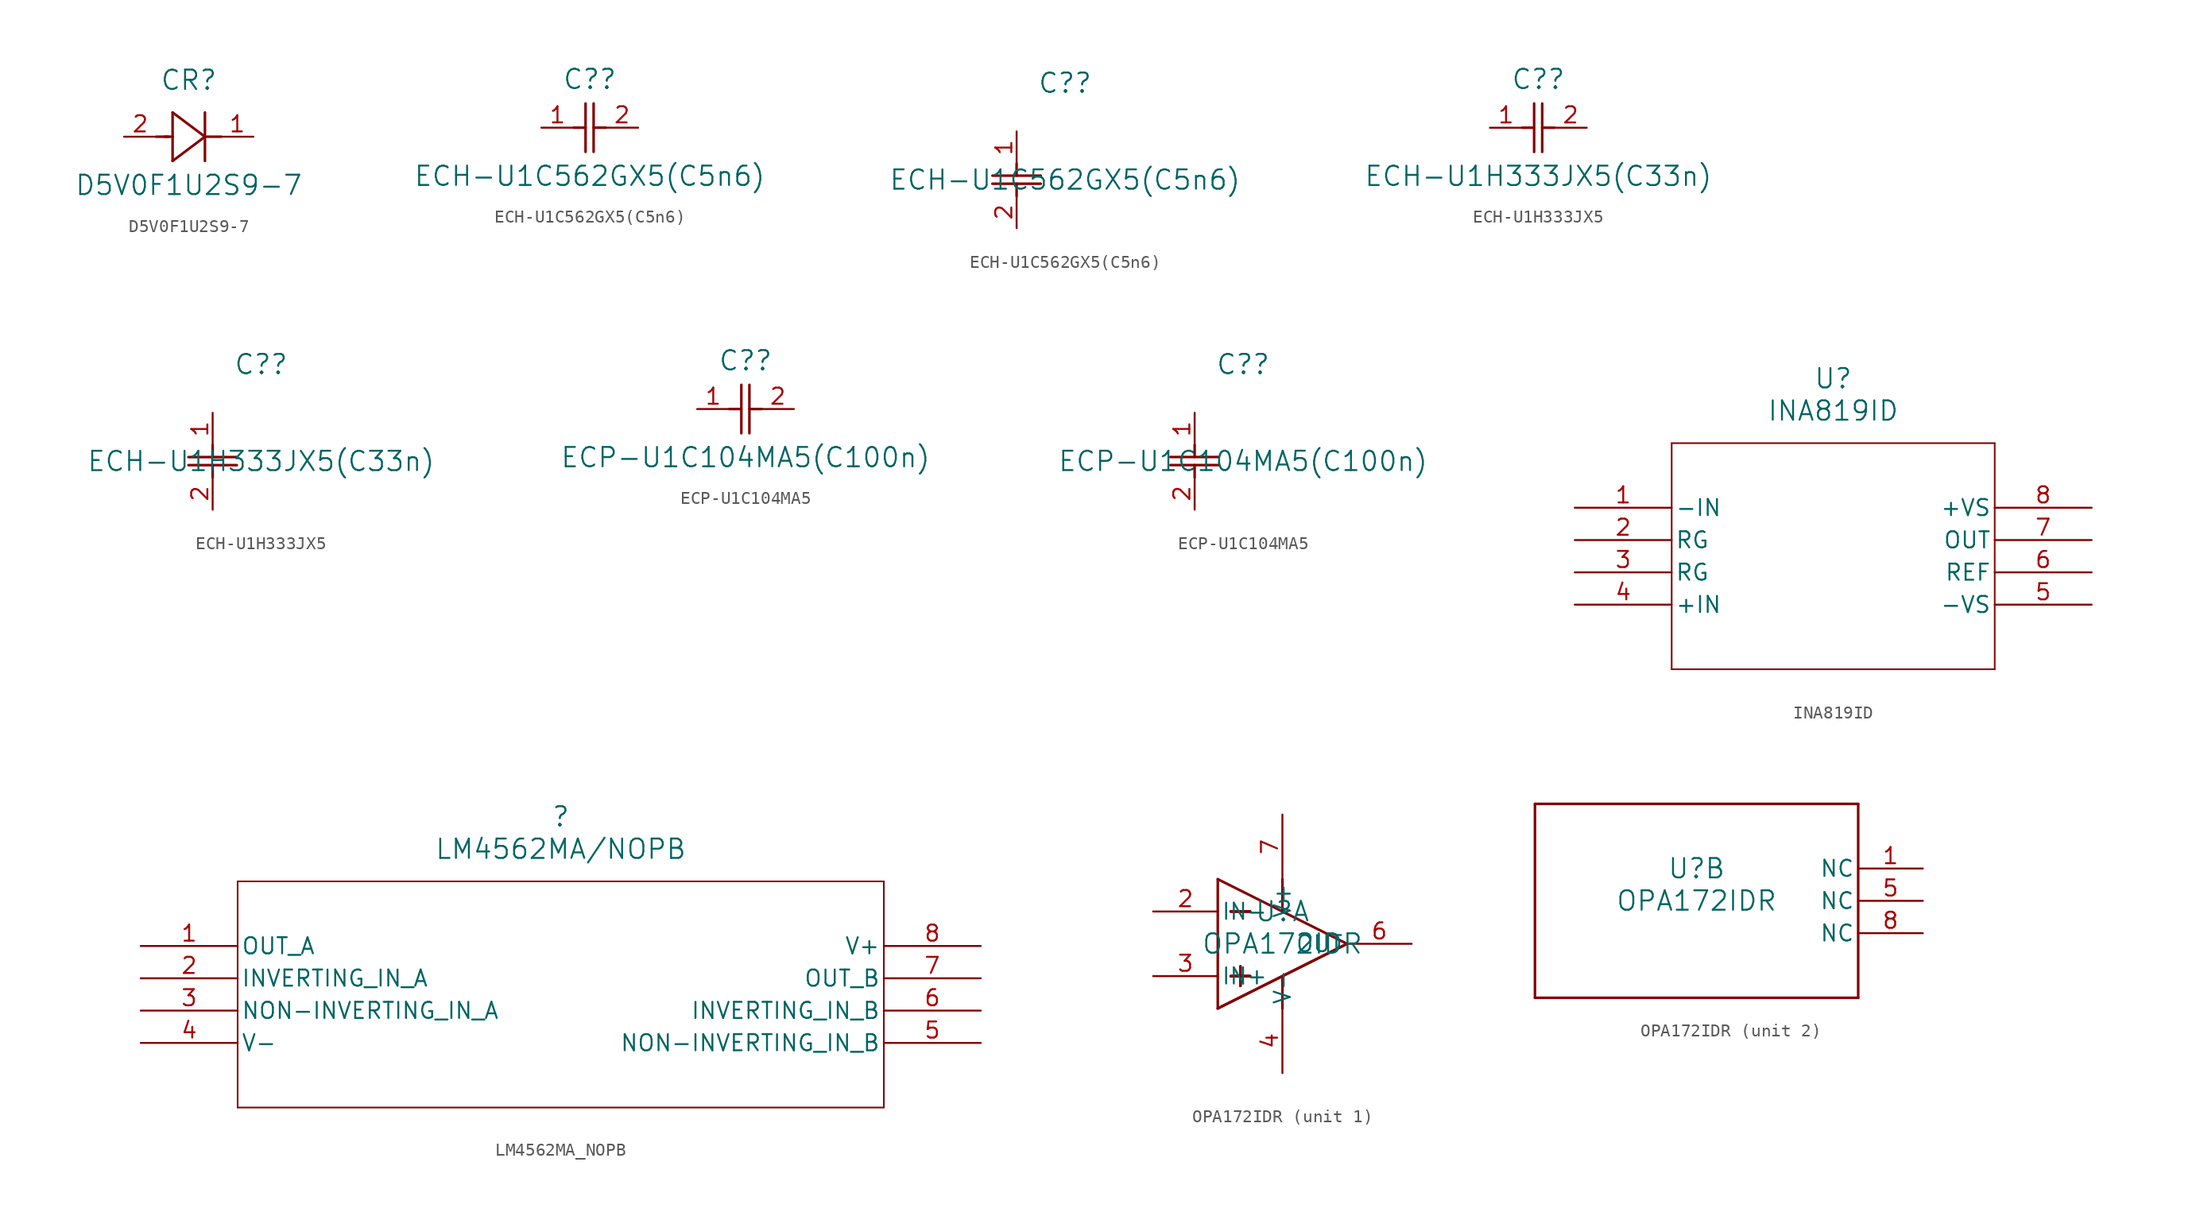
<source format=kicad_sym>
(kicad_symbol_lib
  (version 20220914)
  (generator kicad_symbol_editor)
  (symbol "D5V0F1U2S9-7"
    (pin_names
      (offset 0.254))
    (property "Reference" "CR"
      (at 5.08 4.445 0)
      (effects (font (size 1.524 1.524))))
    (property "Value" "D5V0F1U2S9-7"
      (at 5.08 -3.81 0)
      (effects (font (size 1.524 1.524))))
    (property "ki_locked" ""
      (at 0 0 0)
      (effects (font (size 1.27 1.27))))
    (symbol "D5V0F1U2S9-7_0_1"
      (polyline (pts (xy 2.54 0) (xy 3.48 0)) (stroke (width 0.203) (type default)) (fill (type none)))
      (polyline (pts (xy 3.175 0) (xy 3.81 0)) (stroke (width 0.203) (type default)) (fill (type none)))
      (polyline (pts (xy 3.81 -1.905) (xy 6.35 0)) (stroke (width 0.203) (type default)) (fill (type none)))
      (polyline (pts (xy 3.81 1.905) (xy 3.81 -1.905)) (stroke (width 0.203) (type default)) (fill (type none)))
      (polyline (pts (xy 6.35 -1.905) (xy 6.35 1.905)) (stroke (width 0.203) (type default)) (fill (type none)))
      (polyline (pts (xy 6.35 0) (xy 3.81 1.905)) (stroke (width 0.203) (type default)) (fill (type none)))
      (polyline (pts (xy 6.35 0) (xy 7.62 0)) (stroke (width 0.203) (type default)) (fill (type none))))
    (symbol "D5V0F1U2S9-7_1_1"
      (pin passive line (at 10.16 0 180) (length 2.54) (name "" (effects (font (size 1.27 1.27)))) (number "1" (effects (font (size 1.27 1.27)))))
      (pin passive line (at 0 0 0) (length 2.54) (name "" (effects (font (size 1.27 1.27)))) (number "2" (effects (font (size 1.27 1.27)))))))
  (symbol "ECH-U1C562GX5(C5n6)"
    (pin_names
      (offset 0.254))
    (property "Reference" "C?"
      (at 3.81 3.81 0)
      (effects (font (size 1.524 1.524))))
    (property "Value" "ECH-U1C562GX5(C5n6)"
      (at 3.81 -3.81 0)
      (effects (font (size 1.524 1.524))))
    (property "ki_locked" ""
      (at 0 0 0)
      (effects (font (size 1.27 1.27))))
    (symbol "ECH-U1C562GX5(C5n6)_1_1"
      (polyline (pts (xy 2.54 0) (xy 3.48 0)) (stroke (width 0.203) (type default)) (fill (type none)))
      (polyline (pts (xy 3.48 -1.905) (xy 3.48 1.905)) (stroke (width 0.203) (type default)) (fill (type none)))
      (polyline (pts (xy 4.115 -1.905) (xy 4.115 1.905)) (stroke (width 0.203) (type default)) (fill (type none)))
      (polyline (pts (xy 4.115 0) (xy 5.08 0)) (stroke (width 0.203) (type default)) (fill (type none)))
      (pin passive line (at 0 0 0) (length 2.54) (name "" (effects (font (size 1.27 1.27)))) (number "1" (effects (font (size 1.27 1.27)))))
      (pin passive line (at 7.62 0 180) (length 2.54) (name "" (effects (font (size 1.27 1.27)))) (number "2" (effects (font (size 1.27 1.27))))))
    (symbol "ECH-U1C562GX5(C5n6)_1_2"
      (polyline (pts (xy -1.905 -4.115) (xy 1.905 -4.115)) (stroke (width 0.203) (type default)) (fill (type none)))
      (polyline (pts (xy -1.905 -3.48) (xy 1.905 -3.48)) (stroke (width 0.203) (type default)) (fill (type none)))
      (polyline (pts (xy 0 -4.115) (xy 0 -5.08)) (stroke (width 0.203) (type default)) (fill (type none)))
      (polyline (pts (xy 0 -2.54) (xy 0 -3.48)) (stroke (width 0.203) (type default)) (fill (type none)))
      (pin unspecified line (at 0 0 270) (length 2.54) (name "" (effects (font (size 1.27 1.27)))) (number "1" (effects (font (size 1.27 1.27)))))
      (pin unspecified line (at 0 -7.62 90) (length 2.54) (name "" (effects (font (size 1.27 1.27)))) (number "2" (effects (font (size 1.27 1.27)))))))
  (symbol "ECH-U1H333JX5"
    (pin_names
      (offset 0.254))
    (property "Reference" "C?"
      (at 3.81 3.81 0)
      (effects (font (size 1.524 1.524))))
    (property "Value" "ECH-U1H333JX5(C33n)"
      (at 3.81 -3.81 0)
      (effects (font (size 1.524 1.524))))
    (property "ki_locked" ""
      (at 0 0 0)
      (effects (font (size 1.27 1.27))))
    (symbol "ECH-U1H333JX5_1_1"
      (polyline (pts (xy 2.54 0) (xy 3.48 0)) (stroke (width 0.203) (type default)) (fill (type none)))
      (polyline (pts (xy 3.48 -1.905) (xy 3.48 1.905)) (stroke (width 0.203) (type default)) (fill (type none)))
      (polyline (pts (xy 4.115 -1.905) (xy 4.115 1.905)) (stroke (width 0.203) (type default)) (fill (type none)))
      (polyline (pts (xy 4.115 0) (xy 5.08 0)) (stroke (width 0.203) (type default)) (fill (type none)))
      (pin passive line (at 0 0 0) (length 2.54) (name "" (effects (font (size 1.27 1.27)))) (number "1" (effects (font (size 1.27 1.27)))))
      (pin passive line (at 7.62 0 180) (length 2.54) (name "" (effects (font (size 1.27 1.27)))) (number "2" (effects (font (size 1.27 1.27))))))
    (symbol "ECH-U1H333JX5_1_2"
      (polyline (pts (xy -1.905 -4.115) (xy 1.905 -4.115)) (stroke (width 0.203) (type default)) (fill (type none)))
      (polyline (pts (xy -1.905 -3.48) (xy 1.905 -3.48)) (stroke (width 0.203) (type default)) (fill (type none)))
      (polyline (pts (xy 0 -4.115) (xy 0 -5.08)) (stroke (width 0.203) (type default)) (fill (type none)))
      (polyline (pts (xy 0 -2.54) (xy 0 -3.48)) (stroke (width 0.203) (type default)) (fill (type none)))
      (pin unspecified line (at 0 0 270) (length 2.54) (name "" (effects (font (size 1.27 1.27)))) (number "1" (effects (font (size 1.27 1.27)))))
      (pin unspecified line (at 0 -7.62 90) (length 2.54) (name "" (effects (font (size 1.27 1.27)))) (number "2" (effects (font (size 1.27 1.27)))))))
  (symbol "ECP-U1C104MA5"
    (pin_names
      (offset 0.254))
    (property "Reference" "C?"
      (at 3.81 3.81 0)
      (effects (font (size 1.524 1.524))))
    (property "Value" "ECP-U1C104MA5(C100n)"
      (at 3.81 -3.81 0)
      (effects (font (size 1.524 1.524))))
    (property "ki_locked" ""
      (at 0 0 0)
      (effects (font (size 1.27 1.27))))
    (symbol "ECP-U1C104MA5_1_1"
      (polyline (pts (xy 2.54 0) (xy 3.48 0)) (stroke (width 0.203) (type default)) (fill (type none)))
      (polyline (pts (xy 3.48 -1.905) (xy 3.48 1.905)) (stroke (width 0.203) (type default)) (fill (type none)))
      (polyline (pts (xy 4.115 -1.905) (xy 4.115 1.905)) (stroke (width 0.203) (type default)) (fill (type none)))
      (polyline (pts (xy 4.115 0) (xy 5.08 0)) (stroke (width 0.203) (type default)) (fill (type none)))
      (pin passive line (at 0 0 0) (length 2.54) (name "" (effects (font (size 1.27 1.27)))) (number "1" (effects (font (size 1.27 1.27)))))
      (pin passive line (at 7.62 0 180) (length 2.54) (name "" (effects (font (size 1.27 1.27)))) (number "2" (effects (font (size 1.27 1.27))))))
    (symbol "ECP-U1C104MA5_1_2"
      (polyline (pts (xy -1.905 -4.115) (xy 1.905 -4.115)) (stroke (width 0.203) (type default)) (fill (type none)))
      (polyline (pts (xy -1.905 -3.48) (xy 1.905 -3.48)) (stroke (width 0.203) (type default)) (fill (type none)))
      (polyline (pts (xy 0 -4.115) (xy 0 -5.08)) (stroke (width 0.203) (type default)) (fill (type none)))
      (polyline (pts (xy 0 -2.54) (xy 0 -3.48)) (stroke (width 0.203) (type default)) (fill (type none)))
      (pin unspecified line (at 0 0 270) (length 2.54) (name "" (effects (font (size 1.27 1.27)))) (number "1" (effects (font (size 1.27 1.27)))))
      (pin unspecified line (at 0 -7.62 90) (length 2.54) (name "" (effects (font (size 1.27 1.27)))) (number "2" (effects (font (size 1.27 1.27)))))))
  (symbol "INA819ID"
    (pin_names
      (offset 0.254))
    (property "Reference" "U"
      (at 20.32 10.16 0)
      (effects (font (size 1.524 1.524))))
    (property "Value" "INA819ID"
      (at 20.32 7.62 0)
      (effects (font (size 1.524 1.524))))
    (property "ki_locked" ""
      (at 0 0 0)
      (effects (font (size 1.27 1.27))))
    (symbol "INA819ID_0_1"
      (polyline (pts (xy 7.62 -12.7) (xy 33.02 -12.7)) (stroke (width 0.127) (type default)) (fill (type none)))
      (polyline (pts (xy 7.62 5.08) (xy 7.62 -12.7)) (stroke (width 0.127) (type default)) (fill (type none)))
      (polyline (pts (xy 33.02 -12.7) (xy 33.02 5.08)) (stroke (width 0.127) (type default)) (fill (type none)))
      (polyline (pts (xy 33.02 5.08) (xy 7.62 5.08)) (stroke (width 0.127) (type default)) (fill (type none)))
      (pin input line (at 0 0 0) (length 7.62) (name "-IN" (effects (font (size 1.27 1.27)))) (number "1" (effects (font (size 1.27 1.27)))))
      (pin input line (at 0 -7.62 0) (length 7.62) (name "+IN" (effects (font (size 1.27 1.27)))) (number "4" (effects (font (size 1.27 1.27)))))
      (pin power_in line (at 40.64 -7.62 180) (length 7.62) (name "-VS" (effects (font (size 1.27 1.27)))) (number "5" (effects (font (size 1.27 1.27)))))
      (pin input line (at 40.64 -5.08 180) (length 7.62) (name "REF" (effects (font (size 1.27 1.27)))) (number "6" (effects (font (size 1.27 1.27)))))
      (pin output line (at 40.64 -2.54 180) (length 7.62) (name "OUT" (effects (font (size 1.27 1.27)))) (number "7" (effects (font (size 1.27 1.27)))))
      (pin power_in line (at 40.64 0 180) (length 7.62) (name "+VS" (effects (font (size 1.27 1.27)))) (number "8" (effects (font (size 1.27 1.27))))))
    (symbol "INA819ID_1_1"
      (pin passive line (at 0 -2.54 0) (length 7.62) (name "RG" (effects (font (size 1.27 1.27)))) (number "2" (effects (font (size 1.27 1.27)))))
      (pin passive line (at 0 -5.08 0) (length 7.62) (name "RG" (effects (font (size 1.27 1.27)))) (number "3" (effects (font (size 1.27 1.27)))))))
  (symbol "LM4562MA_NOPB"
    (pin_names
      (offset 0.254))
    (property "Reference" ""
      (at 33.02 10.16 0)
      (effects (font (size 1.524 1.524))))
    (property "Value" "LM4562MA/NOPB"
      (at 33.02 7.62 0)
      (effects (font (size 1.524 1.524))))
    (property "ki_locked" ""
      (at 0 0 0)
      (effects (font (size 1.27 1.27))))
    (symbol "LM4562MA_NOPB_0_1"
      (polyline (pts (xy 7.62 -12.7) (xy 58.42 -12.7)) (stroke (width 0.127) (type default)) (fill (type none)))
      (polyline (pts (xy 7.62 5.08) (xy 7.62 -12.7)) (stroke (width 0.127) (type default)) (fill (type none)))
      (polyline (pts (xy 58.42 -12.7) (xy 58.42 5.08)) (stroke (width 0.127) (type default)) (fill (type none)))
      (polyline (pts (xy 58.42 5.08) (xy 7.62 5.08)) (stroke (width 0.127) (type default)) (fill (type none)))
      (pin output line (at 0 0 0) (length 7.62) (name "OUT_A" (effects (font (size 1.27 1.27)))) (number "1" (effects (font (size 1.27 1.27)))))
      (pin power_in line (at 0 -7.62 0) (length 7.62) (name "V-" (effects (font (size 1.27 1.27)))) (number "4" (effects (font (size 1.27 1.27)))))
      (pin output line (at 66.04 -2.54 180) (length 7.62) (name "OUT_B" (effects (font (size 1.27 1.27)))) (number "7" (effects (font (size 1.27 1.27)))))
      (pin power_in line (at 66.04 0 180) (length 7.62) (name "V+" (effects (font (size 1.27 1.27)))) (number "8" (effects (font (size 1.27 1.27))))))
    (symbol "LM4562MA_NOPB_1_1"
      (pin input line (at 0 -2.54 0) (length 7.62) (name "INVERTING_IN_A" (effects (font (size 1.27 1.27)))) (number "2" (effects (font (size 1.27 1.27)))))
      (pin input line (at 0 -5.08 0) (length 7.62) (name "NON-INVERTING_IN_A" (effects (font (size 1.27 1.27)))) (number "3" (effects (font (size 1.27 1.27)))))
      (pin input line (at 66.04 -7.62 180) (length 7.62) (name "NON-INVERTING_IN_B" (effects (font (size 1.27 1.27)))) (number "5" (effects (font (size 1.27 1.27)))))
      (pin input line (at 66.04 -5.08 180) (length 7.62) (name "INVERTING_IN_B" (effects (font (size 1.27 1.27)))) (number "6" (effects (font (size 1.27 1.27)))))))
  (symbol "OPA172IDR"
    (pin_names
      (offset 0.254))
    (property "Reference" "U"
      (at 0 2.54 0)
      (effects (font (size 1.524 1.524))))
    (property "Value" "OPA172IDR"
      (at 0 0 0)
      (effects (font (size 1.524 1.524))))
    (property "ki_locked" ""
      (at 0 0 0)
      (effects (font (size 1.27 1.27))))
    (symbol "OPA172IDR_1_1"
      (polyline (pts (xy -5.08 -5.08) (xy 5.08 0)) (stroke (width 0.203) (type default)) (fill (type none)))
      (polyline (pts (xy -5.08 -5.08) (xy 5.08 0)) (stroke (width 0.203) (type default)) (fill (type none)))
      (polyline (pts (xy -5.08 5.08) (xy -5.08 -5.08)) (stroke (width 0.203) (type default)) (fill (type none)))
      (polyline (pts (xy -5.08 5.08) (xy 5.08 0)) (stroke (width 0.203) (type default)) (fill (type none)))
      (polyline (pts (xy -4.064 -2.54) (xy -2.54 -2.54)) (stroke (width 0.203) (type default)) (fill (type none)))
      (polyline (pts (xy -4.064 -2.54) (xy -2.54 -2.54)) (stroke (width 0.203) (type default)) (fill (type none)))
      (polyline (pts (xy -4.064 -2.54) (xy -2.54 -2.54)) (stroke (width 0.203) (type default)) (fill (type none)))
      (polyline (pts (xy -4.064 2.54) (xy -2.54 2.54)) (stroke (width 0.203) (type default)) (fill (type none)))
      (polyline (pts (xy -4.064 2.54) (xy -2.54 2.54)) (stroke (width 0.203) (type default)) (fill (type none)))
      (polyline (pts (xy -4.064 2.54) (xy -2.54 2.54)) (stroke (width 0.203) (type default)) (fill (type none)))
      (polyline (pts (xy -3.302 -1.778) (xy -3.302 -3.302)) (stroke (width 0.203) (type default)) (fill (type none)))
      (polyline (pts (xy -3.302 -1.778) (xy -3.302 -3.302)) (stroke (width 0.203) (type default)) (fill (type none)))
      (polyline (pts (xy -3.302 -1.778) (xy -3.302 -3.302)) (stroke (width 0.203) (type default)) (fill (type none)))
      (polyline (pts (xy 0 -2.54) (xy 0 -5.08)) (stroke (width 0.203) (type default)) (fill (type none)))
      (polyline (pts (xy 0 5.08) (xy 0 2.54)) (stroke (width 0.203) (type default)) (fill (type none)))
      (pin input line (at -10.16 2.54 0) (length 5.08) (name "IN-" (effects (font (size 1.27 1.27)))) (number "2" (effects (font (size 1.27 1.27)))))
      (pin input line (at -10.16 -2.54 0) (length 5.08) (name "IN+" (effects (font (size 1.27 1.27)))) (number "3" (effects (font (size 1.27 1.27)))))
      (pin power_in line (at 0 -10.16 90) (length 5.08) (name "V-" (effects (font (size 1.27 1.27)))) (number "4" (effects (font (size 1.27 1.27)))))
      (pin output line (at 10.16 0 180) (length 5.08) (name "OUT" (effects (font (size 1.27 1.27)))) (number "6" (effects (font (size 1.27 1.27)))))
      (pin power_in line (at 0 10.16 270) (length 5.08) (name "V+" (effects (font (size 1.27 1.27)))) (number "7" (effects (font (size 1.27 1.27))))))
    (symbol "OPA172IDR_2_1"
      (polyline (pts (xy -12.7 -7.62) (xy 12.7 -7.62)) (stroke (width 0.203) (type default)) (fill (type none)))
      (polyline (pts (xy -12.7 7.62) (xy -12.7 -7.62)) (stroke (width 0.203) (type default)) (fill (type none)))
      (polyline (pts (xy 12.7 -7.62) (xy 12.7 7.62)) (stroke (width 0.203) (type default)) (fill (type none)))
      (polyline (pts (xy 12.7 7.62) (xy -12.7 7.62)) (stroke (width 0.203) (type default)) (fill (type none)))
      (pin unspecified line (at 17.78 2.54 180) (length 5.08) (name "NC" (effects (font (size 1.27 1.27)))) (number "1" (effects (font (size 1.27 1.27)))))
      (pin unspecified line (at 17.78 0 180) (length 5.08) (name "NC" (effects (font (size 1.27 1.27)))) (number "5" (effects (font (size 1.27 1.27)))))
      (pin unspecified line (at 17.78 -2.54 180) (length 5.08) (name "NC" (effects (font (size 1.27 1.27)))) (number "8" (effects (font (size 1.27 1.27))))))))
</source>
